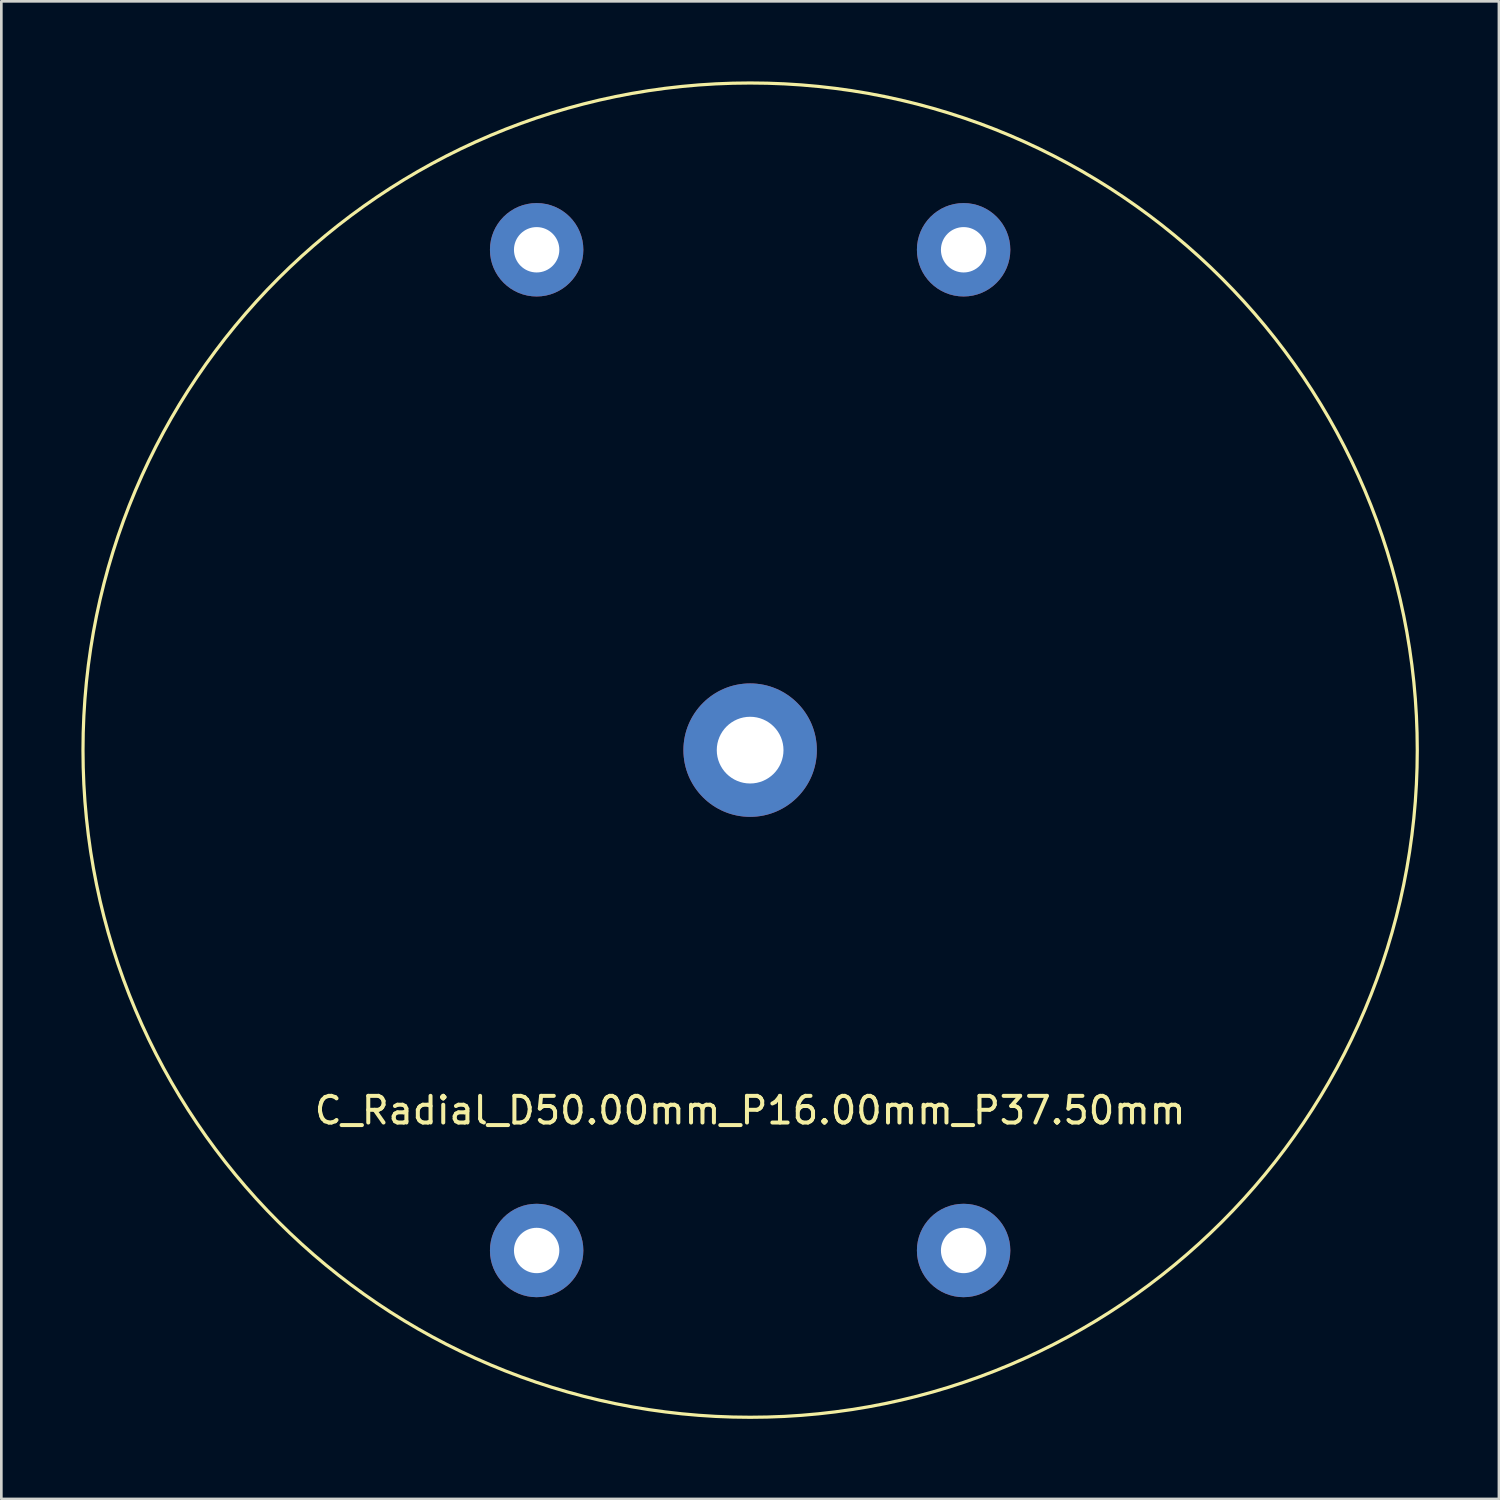
<source format=kicad_pcb>
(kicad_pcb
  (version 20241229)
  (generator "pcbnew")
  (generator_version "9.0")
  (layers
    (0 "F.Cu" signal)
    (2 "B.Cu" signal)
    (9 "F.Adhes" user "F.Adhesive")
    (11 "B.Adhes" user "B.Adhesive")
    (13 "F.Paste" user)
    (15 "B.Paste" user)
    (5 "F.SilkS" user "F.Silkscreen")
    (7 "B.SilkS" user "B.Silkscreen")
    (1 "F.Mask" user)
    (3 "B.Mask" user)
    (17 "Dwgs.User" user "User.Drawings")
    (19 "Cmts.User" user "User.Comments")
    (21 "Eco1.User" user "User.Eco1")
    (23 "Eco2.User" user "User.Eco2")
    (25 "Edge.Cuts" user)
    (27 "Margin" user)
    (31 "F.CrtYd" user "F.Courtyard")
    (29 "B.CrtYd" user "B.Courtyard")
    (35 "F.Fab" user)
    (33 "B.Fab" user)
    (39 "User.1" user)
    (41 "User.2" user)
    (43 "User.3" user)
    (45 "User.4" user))
  (footprint "C_Radial_D50.00mm_P16.00mm_P37.50mm"
    (layer "F.Cu")
    (at 25.06 25.06)
    (property "Reference" "C_Radial_D50.00mm_P16.00mm_P37.50mm" (at 0 13.5 0) (layer "F.SilkS") (effects (font (size 1 1) (thickness 0.15))))
    (attr through_hole)
    (fp_circle (center 0 0) (end 0 25) (stroke (width 0.12) (type solid)) (fill no) (layer "F.SilkS"))
    (pad "1" thru_hole circle (at -8 -18.75) (size 3.5 3.5) (drill 1.7) (layers "*.Cu" "*.Mask"))
    (pad "1" thru_hole circle (at -8 18.75) (size 3.5 3.5) (drill 1.7) (layers "*.Cu" "*.Mask"))
    (pad "1" thru_hole circle (at 8 -18.75) (size 3.5 3.5) (drill 1.7) (layers "*.Cu" "*.Mask"))
    (pad "1" thru_hole circle (at 8 18.75) (size 3.5 3.5) (drill 1.7) (layers "*.Cu" "*.Mask"))
    (pad "2" thru_hole circle (at 0 0) (size 5 5) (drill 2.5) (layers "*.Cu" "*.Mask")))
  (gr_rect
    (start -3 -3)
    (end 53.12 53.12)
    (stroke (width 0.1) (type default))
    (fill no)
    (layer "Edge.Cuts")))
</source>
